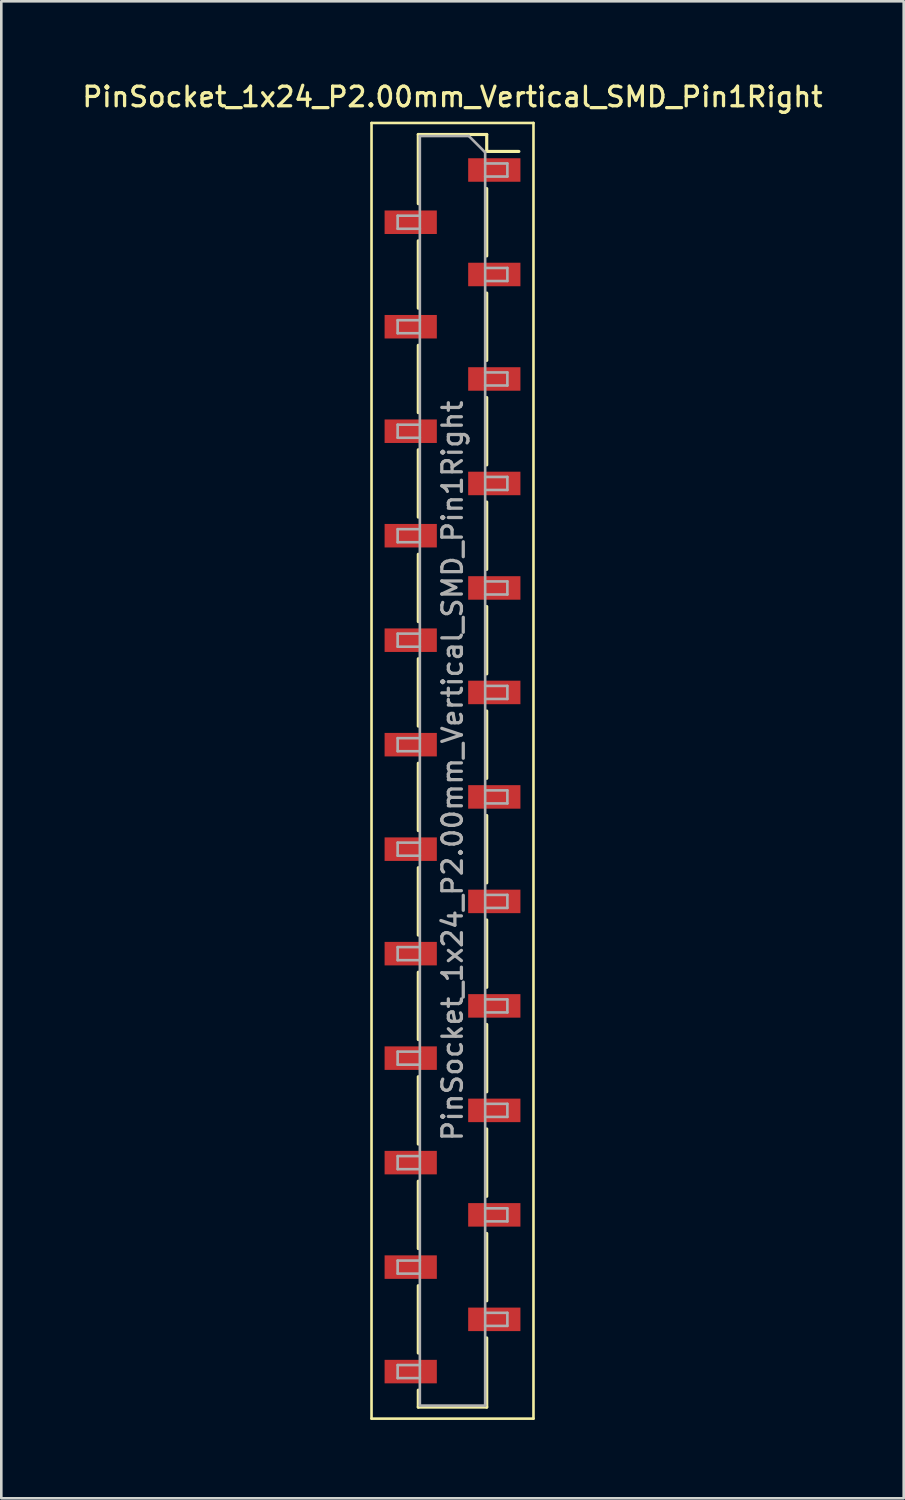
<source format=kicad_pcb>
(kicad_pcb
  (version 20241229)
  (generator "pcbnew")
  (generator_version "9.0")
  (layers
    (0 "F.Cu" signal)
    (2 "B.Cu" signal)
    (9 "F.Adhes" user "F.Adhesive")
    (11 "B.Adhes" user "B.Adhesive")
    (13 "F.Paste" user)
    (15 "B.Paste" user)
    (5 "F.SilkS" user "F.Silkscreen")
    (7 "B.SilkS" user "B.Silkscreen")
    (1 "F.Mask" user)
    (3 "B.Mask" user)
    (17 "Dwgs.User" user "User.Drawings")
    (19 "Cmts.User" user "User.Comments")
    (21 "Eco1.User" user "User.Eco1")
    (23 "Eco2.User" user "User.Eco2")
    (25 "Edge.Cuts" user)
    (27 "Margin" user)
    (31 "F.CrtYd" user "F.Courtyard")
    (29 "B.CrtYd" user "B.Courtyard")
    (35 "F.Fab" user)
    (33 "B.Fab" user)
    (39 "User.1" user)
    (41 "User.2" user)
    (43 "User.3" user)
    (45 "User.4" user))
  (footprint "PinSocket_1x24_P2.00mm_Vertical_SMD_Pin1Right"
    (layer "F.Cu")
    (at 14.273 26.458)
    (property "Reference" "PinSocket_1x24_P2.00mm_Vertical_SMD_Pin1Right" (at 0 -25.8 0) (layer "F.SilkS") (effects (font (size 0.75 0.75) (thickness 0.125))))
    (attr smd)
    (fp_line (start -3.1 -24.8) (end 3.1 -24.8) (stroke (width 0.1) (type solid)) (layer "F.SilkS"))
    (fp_line (start -3.1 24.8) (end -3.1 -24.8) (stroke (width 0.1) (type solid)) (layer "F.SilkS"))
    (fp_line (start -1.31 -24.36) (end -1.31 -21.71) (stroke (width 0.12) (type solid)) (layer "F.SilkS"))
    (fp_line (start -1.31 -24.36) (end 1.31 -24.36) (stroke (width 0.12) (type solid)) (layer "F.SilkS"))
    (fp_line (start -1.31 -20.29) (end -1.31 -17.71) (stroke (width 0.12) (type solid)) (layer "F.SilkS"))
    (fp_line (start -1.31 -16.29) (end -1.31 -13.71) (stroke (width 0.12) (type solid)) (layer "F.SilkS"))
    (fp_line (start -1.31 -12.29) (end -1.31 -9.71) (stroke (width 0.12) (type solid)) (layer "F.SilkS"))
    (fp_line (start -1.31 -8.29) (end -1.31 -5.71) (stroke (width 0.12) (type solid)) (layer "F.SilkS"))
    (fp_line (start -1.31 -4.29) (end -1.31 -1.71) (stroke (width 0.12) (type solid)) (layer "F.SilkS"))
    (fp_line (start -1.31 -0.29) (end -1.31 2.29) (stroke (width 0.12) (type solid)) (layer "F.SilkS"))
    (fp_line (start -1.31 3.71) (end -1.31 6.29) (stroke (width 0.12) (type solid)) (layer "F.SilkS"))
    (fp_line (start -1.31 7.71) (end -1.31 10.29) (stroke (width 0.12) (type solid)) (layer "F.SilkS"))
    (fp_line (start -1.31 11.71) (end -1.31 14.29) (stroke (width 0.12) (type solid)) (layer "F.SilkS"))
    (fp_line (start -1.31 15.71) (end -1.31 18.29) (stroke (width 0.12) (type solid)) (layer "F.SilkS"))
    (fp_line (start -1.31 19.71) (end -1.31 22.29) (stroke (width 0.12) (type solid)) (layer "F.SilkS"))
    (fp_line (start -1.31 23.71) (end -1.31 24.36) (stroke (width 0.12) (type solid)) (layer "F.SilkS"))
    (fp_line (start -1.31 24.36) (end 1.31 24.36) (stroke (width 0.12) (type solid)) (layer "F.SilkS"))
    (fp_line (start 1.31 -24.36) (end 1.31 -23.71) (stroke (width 0.12) (type solid)) (layer "F.SilkS"))
    (fp_line (start 1.31 -23.71) (end 2.54 -23.71) (stroke (width 0.12) (type solid)) (layer "F.SilkS"))
    (fp_line (start 1.31 -22.29) (end 1.31 -19.71) (stroke (width 0.12) (type solid)) (layer "F.SilkS"))
    (fp_line (start 1.31 -18.29) (end 1.31 -15.71) (stroke (width 0.12) (type solid)) (layer "F.SilkS"))
    (fp_line (start 1.31 -14.29) (end 1.31 -11.71) (stroke (width 0.12) (type solid)) (layer "F.SilkS"))
    (fp_line (start 1.31 -10.29) (end 1.31 -7.71) (stroke (width 0.12) (type solid)) (layer "F.SilkS"))
    (fp_line (start 1.31 -6.29) (end 1.31 -3.71) (stroke (width 0.12) (type solid)) (layer "F.SilkS"))
    (fp_line (start 1.31 -2.29) (end 1.31 0.29) (stroke (width 0.12) (type solid)) (layer "F.SilkS"))
    (fp_line (start 1.31 1.71) (end 1.31 4.29) (stroke (width 0.12) (type solid)) (layer "F.SilkS"))
    (fp_line (start 1.31 5.71) (end 1.31 8.29) (stroke (width 0.12) (type solid)) (layer "F.SilkS"))
    (fp_line (start 1.31 9.71) (end 1.31 12.29) (stroke (width 0.12) (type solid)) (layer "F.SilkS"))
    (fp_line (start 1.31 13.71) (end 1.31 16.29) (stroke (width 0.12) (type solid)) (layer "F.SilkS"))
    (fp_line (start 1.31 17.71) (end 1.31 20.29) (stroke (width 0.12) (type solid)) (layer "F.SilkS"))
    (fp_line (start 1.31 21.71) (end 1.31 24.36) (stroke (width 0.12) (type solid)) (layer "F.SilkS"))
    (fp_line (start 3.1 -24.8) (end 3.1 24.8) (stroke (width 0.1) (type solid)) (layer "F.SilkS"))
    (fp_line (start 3.1 24.8) (end -3.1 24.8) (stroke (width 0.1) (type solid)) (layer "F.SilkS"))
    (fp_line (start -2.1 -21.25) (end -1.25 -21.25) (stroke (width 0.1) (type solid)) (layer "F.Fab"))
    (fp_line (start -2.1 -20.75) (end -2.1 -21.25) (stroke (width 0.1) (type solid)) (layer "F.Fab"))
    (fp_line (start -2.1 -17.25) (end -1.25 -17.25) (stroke (width 0.1) (type solid)) (layer "F.Fab"))
    (fp_line (start -2.1 -16.75) (end -2.1 -17.25) (stroke (width 0.1) (type solid)) (layer "F.Fab"))
    (fp_line (start -2.1 -13.25) (end -1.25 -13.25) (stroke (width 0.1) (type solid)) (layer "F.Fab"))
    (fp_line (start -2.1 -12.75) (end -2.1 -13.25) (stroke (width 0.1) (type solid)) (layer "F.Fab"))
    (fp_line (start -2.1 -9.25) (end -1.25 -9.25) (stroke (width 0.1) (type solid)) (layer "F.Fab"))
    (fp_line (start -2.1 -8.75) (end -2.1 -9.25) (stroke (width 0.1) (type solid)) (layer "F.Fab"))
    (fp_line (start -2.1 -5.25) (end -1.25 -5.25) (stroke (width 0.1) (type solid)) (layer "F.Fab"))
    (fp_line (start -2.1 -4.75) (end -2.1 -5.25) (stroke (width 0.1) (type solid)) (layer "F.Fab"))
    (fp_line (start -2.1 -1.25) (end -1.25 -1.25) (stroke (width 0.1) (type solid)) (layer "F.Fab"))
    (fp_line (start -2.1 -0.75) (end -2.1 -1.25) (stroke (width 0.1) (type solid)) (layer "F.Fab"))
    (fp_line (start -2.1 2.75) (end -1.25 2.75) (stroke (width 0.1) (type solid)) (layer "F.Fab"))
    (fp_line (start -2.1 3.25) (end -2.1 2.75) (stroke (width 0.1) (type solid)) (layer "F.Fab"))
    (fp_line (start -2.1 6.75) (end -1.25 6.75) (stroke (width 0.1) (type solid)) (layer "F.Fab"))
    (fp_line (start -2.1 7.25) (end -2.1 6.75) (stroke (width 0.1) (type solid)) (layer "F.Fab"))
    (fp_line (start -2.1 10.75) (end -1.25 10.75) (stroke (width 0.1) (type solid)) (layer "F.Fab"))
    (fp_line (start -2.1 11.25) (end -2.1 10.75) (stroke (width 0.1) (type solid)) (layer "F.Fab"))
    (fp_line (start -2.1 14.75) (end -1.25 14.75) (stroke (width 0.1) (type solid)) (layer "F.Fab"))
    (fp_line (start -2.1 15.25) (end -2.1 14.75) (stroke (width 0.1) (type solid)) (layer "F.Fab"))
    (fp_line (start -2.1 18.75) (end -1.25 18.75) (stroke (width 0.1) (type solid)) (layer "F.Fab"))
    (fp_line (start -2.1 19.25) (end -2.1 18.75) (stroke (width 0.1) (type solid)) (layer "F.Fab"))
    (fp_line (start -2.1 22.75) (end -1.25 22.75) (stroke (width 0.1) (type solid)) (layer "F.Fab"))
    (fp_line (start -2.1 23.25) (end -2.1 22.75) (stroke (width 0.1) (type solid)) (layer "F.Fab"))
    (fp_line (start -1.25 -24.3) (end 0.625 -24.3) (stroke (width 0.1) (type solid)) (layer "F.Fab"))
    (fp_line (start -1.25 -20.75) (end -2.1 -20.75) (stroke (width 0.1) (type solid)) (layer "F.Fab"))
    (fp_line (start -1.25 -16.75) (end -2.1 -16.75) (stroke (width 0.1) (type solid)) (layer "F.Fab"))
    (fp_line (start -1.25 -12.75) (end -2.1 -12.75) (stroke (width 0.1) (type solid)) (layer "F.Fab"))
    (fp_line (start -1.25 -8.75) (end -2.1 -8.75) (stroke (width 0.1) (type solid)) (layer "F.Fab"))
    (fp_line (start -1.25 -4.75) (end -2.1 -4.75) (stroke (width 0.1) (type solid)) (layer "F.Fab"))
    (fp_line (start -1.25 -0.75) (end -2.1 -0.75) (stroke (width 0.1) (type solid)) (layer "F.Fab"))
    (fp_line (start -1.25 3.25) (end -2.1 3.25) (stroke (width 0.1) (type solid)) (layer "F.Fab"))
    (fp_line (start -1.25 7.25) (end -2.1 7.25) (stroke (width 0.1) (type solid)) (layer "F.Fab"))
    (fp_line (start -1.25 11.25) (end -2.1 11.25) (stroke (width 0.1) (type solid)) (layer "F.Fab"))
    (fp_line (start -1.25 15.25) (end -2.1 15.25) (stroke (width 0.1) (type solid)) (layer "F.Fab"))
    (fp_line (start -1.25 19.25) (end -2.1 19.25) (stroke (width 0.1) (type solid)) (layer "F.Fab"))
    (fp_line (start -1.25 23.25) (end -2.1 23.25) (stroke (width 0.1) (type solid)) (layer "F.Fab"))
    (fp_line (start -1.25 24.3) (end -1.25 -24.3) (stroke (width 0.1) (type solid)) (layer "F.Fab"))
    (fp_line (start 0.625 -24.3) (end 1.25 -23.675) (stroke (width 0.1) (type solid)) (layer "F.Fab"))
    (fp_line (start 1.25 -23.675) (end 1.25 24.3) (stroke (width 0.1) (type solid)) (layer "F.Fab"))
    (fp_line (start 1.25 -23.25) (end 2.1 -23.25) (stroke (width 0.1) (type solid)) (layer "F.Fab"))
    (fp_line (start 1.25 -19.25) (end 2.1 -19.25) (stroke (width 0.1) (type solid)) (layer "F.Fab"))
    (fp_line (start 1.25 -15.25) (end 2.1 -15.25) (stroke (width 0.1) (type solid)) (layer "F.Fab"))
    (fp_line (start 1.25 -11.25) (end 2.1 -11.25) (stroke (width 0.1) (type solid)) (layer "F.Fab"))
    (fp_line (start 1.25 -7.25) (end 2.1 -7.25) (stroke (width 0.1) (type solid)) (layer "F.Fab"))
    (fp_line (start 1.25 -3.25) (end 2.1 -3.25) (stroke (width 0.1) (type solid)) (layer "F.Fab"))
    (fp_line (start 1.25 0.75) (end 2.1 0.75) (stroke (width 0.1) (type solid)) (layer "F.Fab"))
    (fp_line (start 1.25 4.75) (end 2.1 4.75) (stroke (width 0.1) (type solid)) (layer "F.Fab"))
    (fp_line (start 1.25 8.75) (end 2.1 8.75) (stroke (width 0.1) (type solid)) (layer "F.Fab"))
    (fp_line (start 1.25 12.75) (end 2.1 12.75) (stroke (width 0.1) (type solid)) (layer "F.Fab"))
    (fp_line (start 1.25 16.75) (end 2.1 16.75) (stroke (width 0.1) (type solid)) (layer "F.Fab"))
    (fp_line (start 1.25 20.75) (end 2.1 20.75) (stroke (width 0.1) (type solid)) (layer "F.Fab"))
    (fp_line (start 1.25 24.3) (end -1.25 24.3) (stroke (width 0.1) (type solid)) (layer "F.Fab"))
    (fp_line (start 2.1 -23.25) (end 2.1 -22.75) (stroke (width 0.1) (type solid)) (layer "F.Fab"))
    (fp_line (start 2.1 -22.75) (end 1.25 -22.75) (stroke (width 0.1) (type solid)) (layer "F.Fab"))
    (fp_line (start 2.1 -19.25) (end 2.1 -18.75) (stroke (width 0.1) (type solid)) (layer "F.Fab"))
    (fp_line (start 2.1 -18.75) (end 1.25 -18.75) (stroke (width 0.1) (type solid)) (layer "F.Fab"))
    (fp_line (start 2.1 -15.25) (end 2.1 -14.75) (stroke (width 0.1) (type solid)) (layer "F.Fab"))
    (fp_line (start 2.1 -14.75) (end 1.25 -14.75) (stroke (width 0.1) (type solid)) (layer "F.Fab"))
    (fp_line (start 2.1 -11.25) (end 2.1 -10.75) (stroke (width 0.1) (type solid)) (layer "F.Fab"))
    (fp_line (start 2.1 -10.75) (end 1.25 -10.75) (stroke (width 0.1) (type solid)) (layer "F.Fab"))
    (fp_line (start 2.1 -7.25) (end 2.1 -6.75) (stroke (width 0.1) (type solid)) (layer "F.Fab"))
    (fp_line (start 2.1 -6.75) (end 1.25 -6.75) (stroke (width 0.1) (type solid)) (layer "F.Fab"))
    (fp_line (start 2.1 -3.25) (end 2.1 -2.75) (stroke (width 0.1) (type solid)) (layer "F.Fab"))
    (fp_line (start 2.1 -2.75) (end 1.25 -2.75) (stroke (width 0.1) (type solid)) (layer "F.Fab"))
    (fp_line (start 2.1 0.75) (end 2.1 1.25) (stroke (width 0.1) (type solid)) (layer "F.Fab"))
    (fp_line (start 2.1 1.25) (end 1.25 1.25) (stroke (width 0.1) (type solid)) (layer "F.Fab"))
    (fp_line (start 2.1 4.75) (end 2.1 5.25) (stroke (width 0.1) (type solid)) (layer "F.Fab"))
    (fp_line (start 2.1 5.25) (end 1.25 5.25) (stroke (width 0.1) (type solid)) (layer "F.Fab"))
    (fp_line (start 2.1 8.75) (end 2.1 9.25) (stroke (width 0.1) (type solid)) (layer "F.Fab"))
    (fp_line (start 2.1 9.25) (end 1.25 9.25) (stroke (width 0.1) (type solid)) (layer "F.Fab"))
    (fp_line (start 2.1 12.75) (end 2.1 13.25) (stroke (width 0.1) (type solid)) (layer "F.Fab"))
    (fp_line (start 2.1 13.25) (end 1.25 13.25) (stroke (width 0.1) (type solid)) (layer "F.Fab"))
    (fp_line (start 2.1 16.75) (end 2.1 17.25) (stroke (width 0.1) (type solid)) (layer "F.Fab"))
    (fp_line (start 2.1 17.25) (end 1.25 17.25) (stroke (width 0.1) (type solid)) (layer "F.Fab"))
    (fp_line (start 2.1 20.75) (end 2.1 21.25) (stroke (width 0.1) (type solid)) (layer "F.Fab"))
    (fp_line (start 2.1 21.25) (end 1.25 21.25) (stroke (width 0.1) (type solid)) (layer "F.Fab"))
    (fp_text user "${REFERENCE}" (at 0 0 90) (layer "F.Fab") (effects (font (size 0.75 0.75) (thickness 0.125))))
    (pad "1" smd rect (at 1.6 -23) (size 2 0.9) (layers "F.Cu" "F.Mask" "F.Paste"))
    (pad "2" smd rect (at -1.6 -21) (size 2 0.9) (layers "F.Cu" "F.Mask" "F.Paste"))
    (pad "3" smd rect (at 1.6 -19) (size 2 0.9) (layers "F.Cu" "F.Mask" "F.Paste"))
    (pad "4" smd rect (at -1.6 -17) (size 2 0.9) (layers "F.Cu" "F.Mask" "F.Paste"))
    (pad "5" smd rect (at 1.6 -15) (size 2 0.9) (layers "F.Cu" "F.Mask" "F.Paste"))
    (pad "6" smd rect (at -1.6 -13) (size 2 0.9) (layers "F.Cu" "F.Mask" "F.Paste"))
    (pad "7" smd rect (at 1.6 -11) (size 2 0.9) (layers "F.Cu" "F.Mask" "F.Paste"))
    (pad "8" smd rect (at -1.6 -9) (size 2 0.9) (layers "F.Cu" "F.Mask" "F.Paste"))
    (pad "9" smd rect (at 1.6 -7) (size 2 0.9) (layers "F.Cu" "F.Mask" "F.Paste"))
    (pad "10" smd rect (at -1.6 -5) (size 2 0.9) (layers "F.Cu" "F.Mask" "F.Paste"))
    (pad "11" smd rect (at 1.6 -3) (size 2 0.9) (layers "F.Cu" "F.Mask" "F.Paste"))
    (pad "12" smd rect (at -1.6 -1) (size 2 0.9) (layers "F.Cu" "F.Mask" "F.Paste"))
    (pad "13" smd rect (at 1.6 1) (size 2 0.9) (layers "F.Cu" "F.Mask" "F.Paste"))
    (pad "14" smd rect (at -1.6 3) (size 2 0.9) (layers "F.Cu" "F.Mask" "F.Paste"))
    (pad "15" smd rect (at 1.6 5) (size 2 0.9) (layers "F.Cu" "F.Mask" "F.Paste"))
    (pad "16" smd rect (at -1.6 7) (size 2 0.9) (layers "F.Cu" "F.Mask" "F.Paste"))
    (pad "17" smd rect (at 1.6 9) (size 2 0.9) (layers "F.Cu" "F.Mask" "F.Paste"))
    (pad "18" smd rect (at -1.6 11) (size 2 0.9) (layers "F.Cu" "F.Mask" "F.Paste"))
    (pad "19" smd rect (at 1.6 13) (size 2 0.9) (layers "F.Cu" "F.Mask" "F.Paste"))
    (pad "20" smd rect (at -1.6 15) (size 2 0.9) (layers "F.Cu" "F.Mask" "F.Paste"))
    (pad "21" smd rect (at 1.6 17) (size 2 0.9) (layers "F.Cu" "F.Mask" "F.Paste"))
    (pad "22" smd rect (at -1.6 19) (size 2 0.9) (layers "F.Cu" "F.Mask" "F.Paste"))
    (pad "23" smd rect (at 1.6 21) (size 2 0.9) (layers "F.Cu" "F.Mask" "F.Paste"))
    (pad "24" smd rect (at -1.6 23) (size 2 0.9) (layers "F.Cu" "F.Mask" "F.Paste")))
  (gr_rect
    (start -3 -3)
    (end 31.546 54.308)
    (stroke (width 0.1) (type default))
    (fill no)
    (layer "Edge.Cuts")))
</source>
